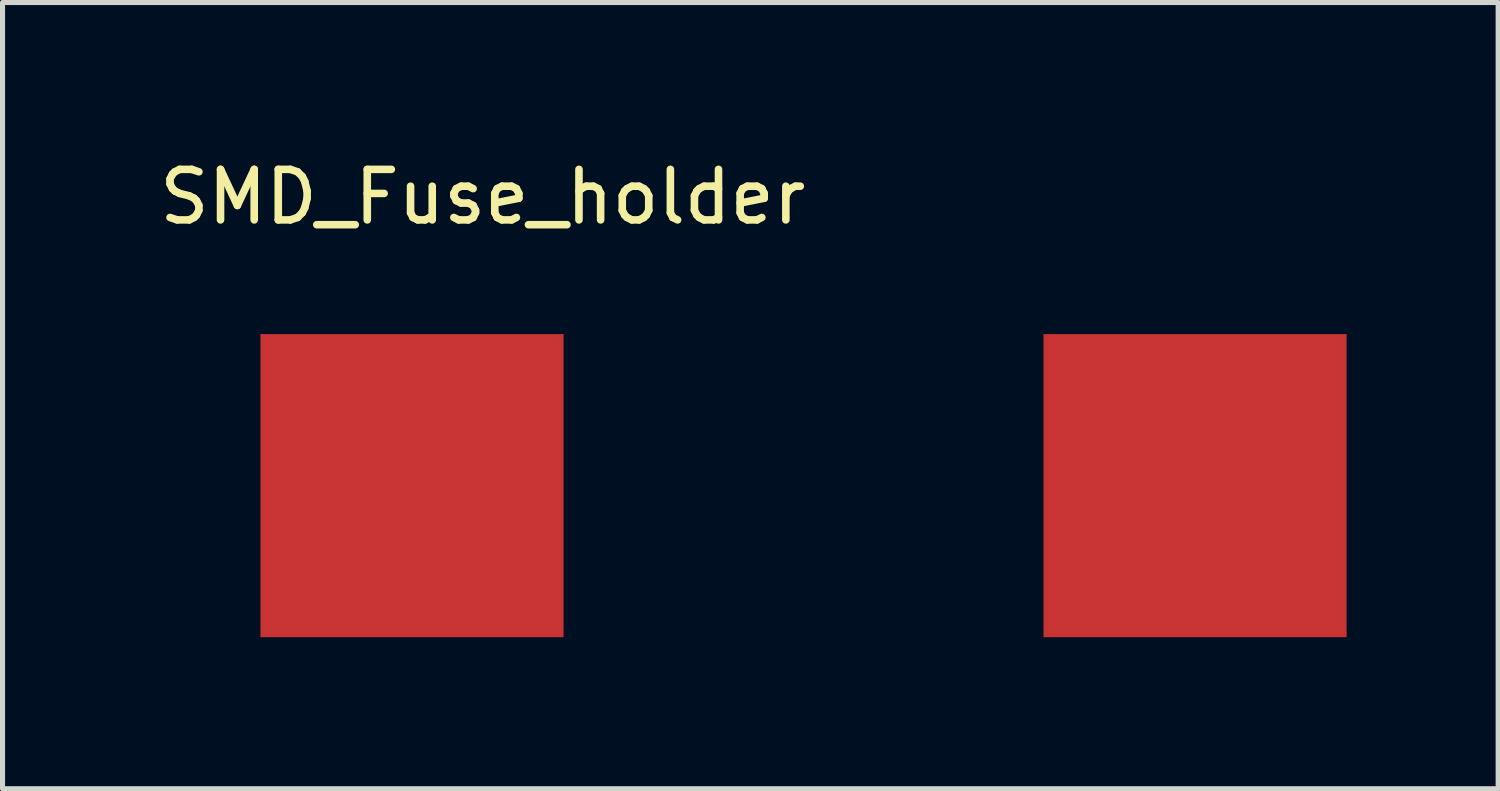
<source format=kicad_pcb>
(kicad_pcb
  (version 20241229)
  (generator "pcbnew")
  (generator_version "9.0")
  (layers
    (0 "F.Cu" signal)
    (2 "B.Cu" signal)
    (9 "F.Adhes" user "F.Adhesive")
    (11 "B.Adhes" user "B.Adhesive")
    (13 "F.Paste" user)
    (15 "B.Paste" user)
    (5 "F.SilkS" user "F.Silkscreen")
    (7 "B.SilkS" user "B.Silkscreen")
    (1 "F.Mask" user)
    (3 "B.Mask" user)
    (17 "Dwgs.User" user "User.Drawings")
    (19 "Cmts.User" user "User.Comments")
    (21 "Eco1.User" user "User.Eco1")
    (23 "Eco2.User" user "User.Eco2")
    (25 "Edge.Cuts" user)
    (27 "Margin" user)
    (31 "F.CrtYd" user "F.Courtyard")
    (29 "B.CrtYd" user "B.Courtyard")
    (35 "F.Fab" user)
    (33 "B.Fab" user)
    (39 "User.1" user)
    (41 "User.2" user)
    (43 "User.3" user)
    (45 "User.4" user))
  (footprint "SMD_Fuse_holder"
    (layer "F.Cu")
    (at 12.856 6.563)
    (property "Reference" "SMD_Fuse_holder" (at -6.35 -5.715 0) (layer "F.SilkS") (effects (font (size 1 1) (thickness 0.15))))
    (attr through_hole)
    (pad "1" smd rect (at -7.75 0) (size 6 6) (layers "F.Cu" "F.Mask" "F.Paste"))
    (pad "2" smd rect (at 7.75 0) (size 6 6) (layers "F.Cu" "F.Mask" "F.Paste")))
  (gr_rect
    (start -3 -3)
    (end 26.606 12.563)
    (stroke (width 0.1) (type default))
    (fill no)
    (layer "Edge.Cuts")))
</source>
